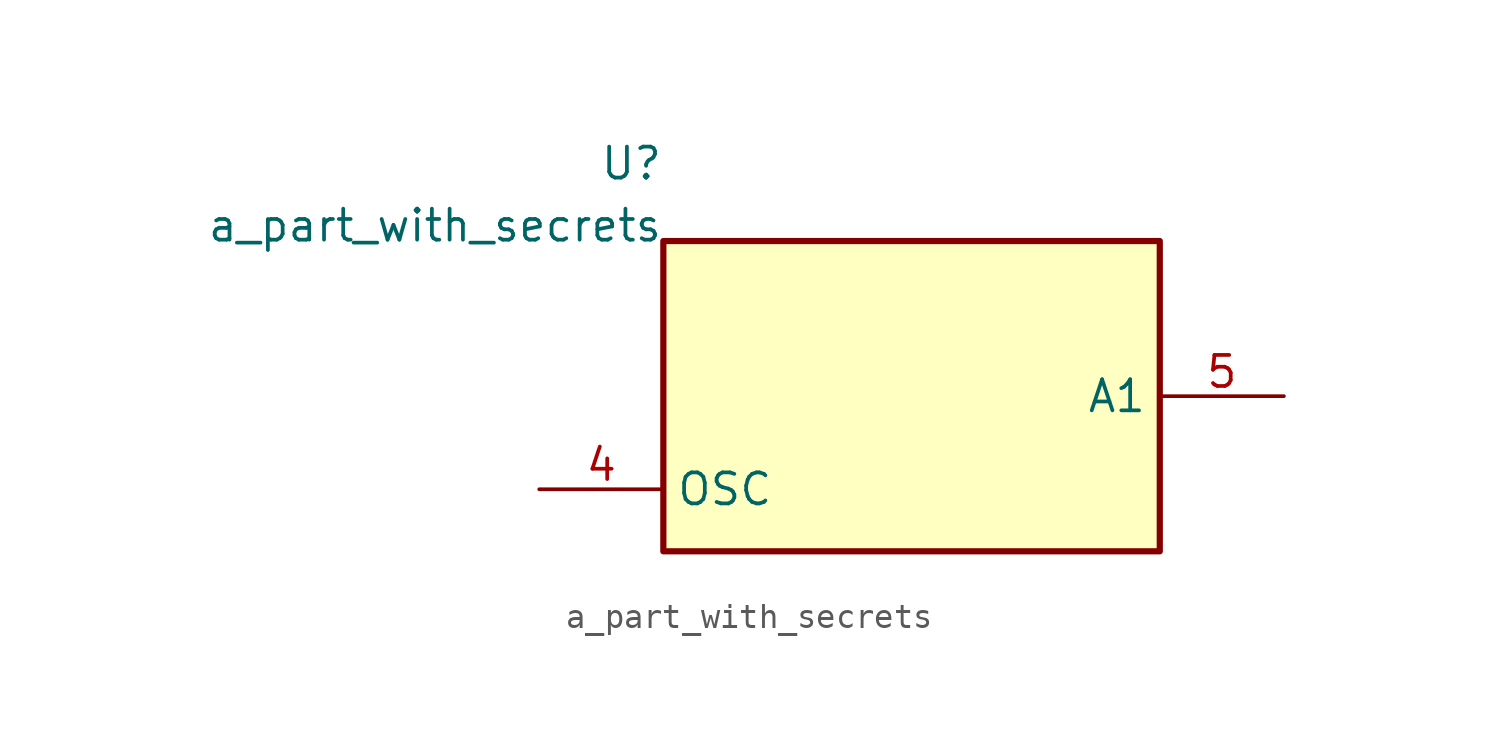
<source format=kicad_sym>
(kicad_symbol_lib
  (version 20241209)
  (generator "kicad_symbol_editor")
  (generator_version "8.0")
  (symbol "a_part_with_secrets"
    (property "Reference" "U"
      (at -10.16 9.525 0)
      (effects (font (size 1.27 1.27)) (justify right) (hide no)))
    (property "Value" "a_part_with_secrets"
      (at -10.16 6.985 0)
      (effects (font (size 1.27 1.27)) (justify right) (hide no)))
    (symbol "a_part_with_secrets_1_1"
      (rectangle (start -10.16 -6.35) (end 10.16 6.35) (stroke (width 0.254) (type solid)) (fill (type background)))
      (pin input inverted_clock (at -15.24 3.81 0) (length 5.08) (hide yes) (name "N.C." (effects (font (size 1.27 1.27)))) (number "1" (effects (font (size 1.27 1.27)))))
      (pin power_in line (at -15.24 1.27 0) (length 5.08) (hide yes) (name "GND" (effects (font (size 1.27 1.27)))) (number "2" (effects (font (size 1.27 1.27)))))
      (pin input line (at -15.24 -1.27 0) (length 5.08) (hide yes) (name "SS_INH" (effects (font (size 1.27 1.27)))) (number "3" (effects (font (size 1.27 1.27)))))
      (pin input line (at -15.24 -3.81 0) (length 5.08) (name "OSC" (effects (font (size 1.27 1.27)))) (number "4" (effects (font (size 1.27 1.27)))))
      (pin output line (at 15.24 0.0 180) (length 5.08) (name "A1" (effects (font (size 1.27 1.27)))) (number "5" (effects (font (size 1.27 1.27))))))))
</source>
